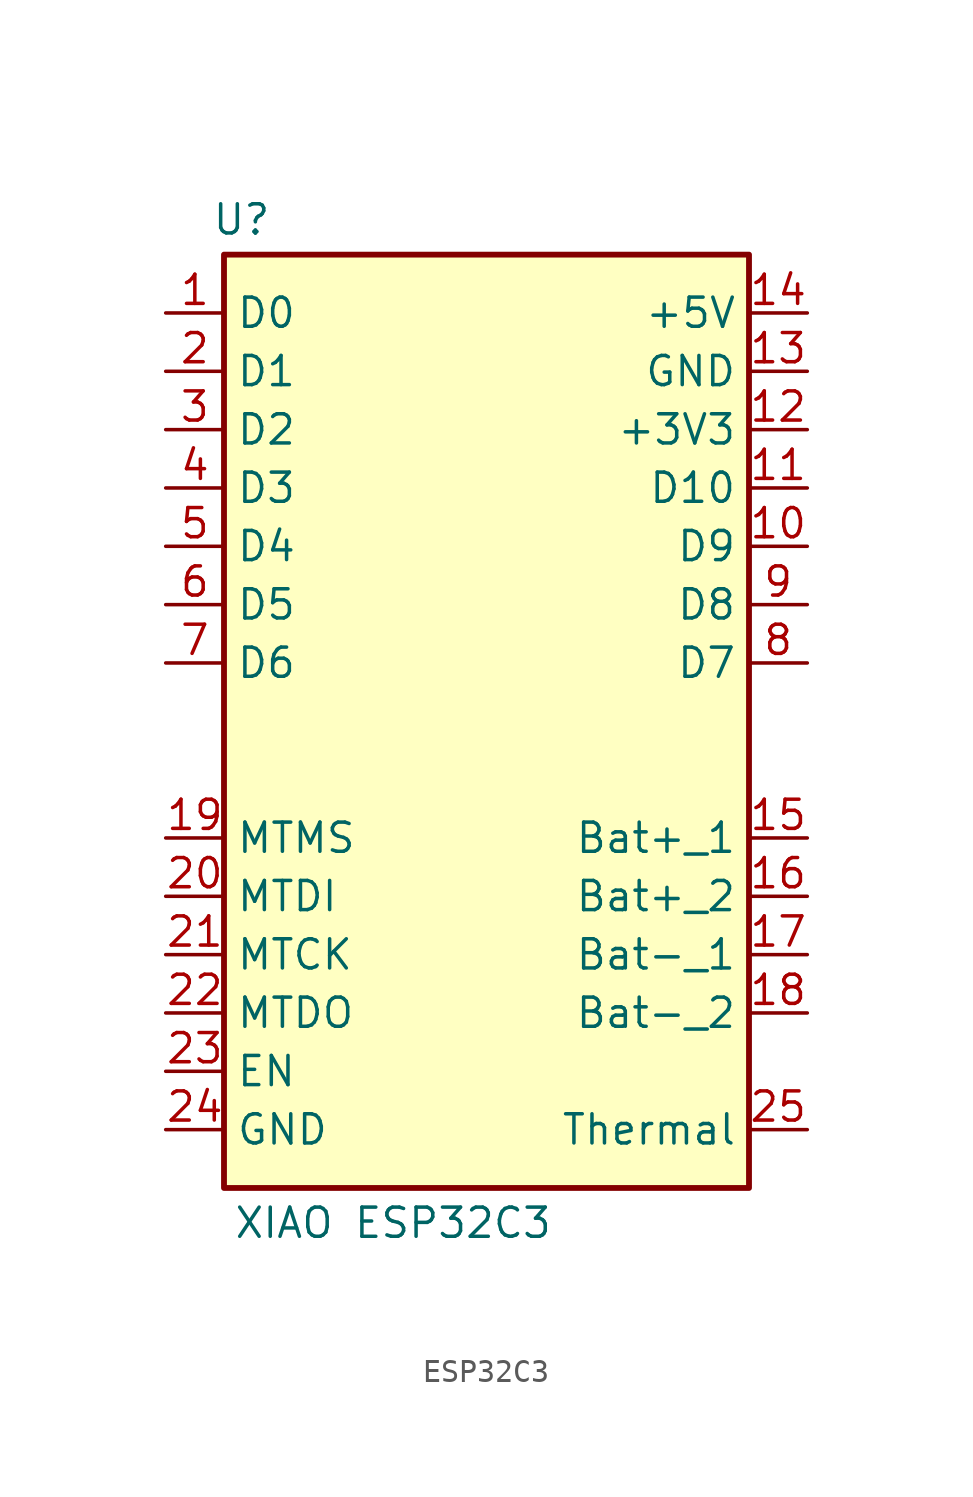
<source format=kicad_sym>
(kicad_symbol_lib
  (version 20241209)
  (generator "kicad_symbol_editor")
  (generator_version "9.0")
  (symbol "ESP32C3"
    (property "Reference" "U"
      (at 0.762 1.524 0)
      (effects (font (size 1.27 1.27))))
    (property "Value" "XIAO ESP32C3"
      (at 7.366 -42.164 0)
      (effects (font (size 1.27 1.27))))
    (symbol "ESP32C3_0_1"
      (rectangle (start 0 0) (end 22.86 -40.64) (stroke (width 0.254) (type default)) (fill (type background))))
    (symbol "ESP32C3_1_1"
      (pin bidirectional line (at -2.54 -2.54 0) (length 2.54) (name "D0" (effects (font (size 1.27 1.27)))) (number "1" (effects (font (size 1.27 1.27)))))
      (pin bidirectional line (at -2.54 -5.08 0) (length 2.54) (name "D1" (effects (font (size 1.27 1.27)))) (number "2" (effects (font (size 1.27 1.27)))))
      (pin bidirectional line (at -2.54 -7.62 0) (length 2.54) (name "D2" (effects (font (size 1.27 1.27)))) (number "3" (effects (font (size 1.27 1.27)))))
      (pin bidirectional line (at -2.54 -10.16 0) (length 2.54) (name "D3" (effects (font (size 1.27 1.27)))) (number "4" (effects (font (size 1.27 1.27)))))
      (pin bidirectional line (at -2.54 -12.7 0) (length 2.54) (name "D4" (effects (font (size 1.27 1.27)))) (number "5" (effects (font (size 1.27 1.27)))))
      (pin bidirectional line (at -2.54 -15.24 0) (length 2.54) (name "D5" (effects (font (size 1.27 1.27)))) (number "6" (effects (font (size 1.27 1.27)))))
      (pin bidirectional line (at -2.54 -17.78 0) (length 2.54) (name "D6" (effects (font (size 1.27 1.27)))) (number "7" (effects (font (size 1.27 1.27)))))
      (pin bidirectional line (at -2.54 -25.4 0) (length 2.54) (name "MTMS" (effects (font (size 1.27 1.27)))) (number "19" (effects (font (size 1.27 1.27)))))
      (pin bidirectional line (at -2.54 -27.94 0) (length 2.54) (name "MTDI" (effects (font (size 1.27 1.27)))) (number "20" (effects (font (size 1.27 1.27)))))
      (pin bidirectional line (at -2.54 -30.48 0) (length 2.54) (name "MTCK" (effects (font (size 1.27 1.27)))) (number "21" (effects (font (size 1.27 1.27)))))
      (pin bidirectional line (at -2.54 -33.02 0) (length 2.54) (name "MTDO" (effects (font (size 1.27 1.27)))) (number "22" (effects (font (size 1.27 1.27)))))
      (pin bidirectional line (at -2.54 -35.56 0) (length 2.54) (name "EN" (effects (font (size 1.27 1.27)))) (number "23" (effects (font (size 1.27 1.27)))))
      (pin power_in line (at -2.54 -38.1 0) (length 2.54) (name "GND" (effects (font (size 1.27 1.27)))) (number "24" (effects (font (size 1.27 1.27)))))
      (pin power_in line (at 25.4 -2.54 180) (length 2.54) (name "+5V" (effects (font (size 1.27 1.27)))) (number "14" (effects (font (size 1.27 1.27)))))
      (pin power_in line (at 25.4 -5.08 180) (length 2.54) (name "GND" (effects (font (size 1.27 1.27)))) (number "13" (effects (font (size 1.27 1.27)))))
      (pin power_in line (at 25.4 -7.62 180) (length 2.54) (name "+3V3" (effects (font (size 1.27 1.27)))) (number "12" (effects (font (size 1.27 1.27)))))
      (pin bidirectional line (at 25.4 -10.16 180) (length 2.54) (name "D10" (effects (font (size 1.27 1.27)))) (number "11" (effects (font (size 1.27 1.27)))))
      (pin bidirectional line (at 25.4 -12.7 180) (length 2.54) (name "D9" (effects (font (size 1.27 1.27)))) (number "10" (effects (font (size 1.27 1.27)))))
      (pin bidirectional line (at 25.4 -15.24 180) (length 2.54) (name "D8" (effects (font (size 1.27 1.27)))) (number "9" (effects (font (size 1.27 1.27)))))
      (pin bidirectional line (at 25.4 -17.78 180) (length 2.54) (name "D7" (effects (font (size 1.27 1.27)))) (number "8" (effects (font (size 1.27 1.27)))))
      (pin bidirectional line (at 25.4 -25.4 180) (length 2.54) (name "Bat+_1" (effects (font (size 1.27 1.27)))) (number "15" (effects (font (size 1.27 1.27)))))
      (pin bidirectional line (at 25.4 -27.94 180) (length 2.54) (name "Bat+_2" (effects (font (size 1.27 1.27)))) (number "16" (effects (font (size 1.27 1.27)))))
      (pin bidirectional line (at 25.4 -30.48 180) (length 2.54) (name "Bat-_1" (effects (font (size 1.27 1.27)))) (number "17" (effects (font (size 1.27 1.27)))))
      (pin bidirectional line (at 25.4 -33.02 180) (length 2.54) (name "Bat-_2" (effects (font (size 1.27 1.27)))) (number "18" (effects (font (size 1.27 1.27)))))
      (pin bidirectional line (at 25.4 -38.1 180) (length 2.54) (name "Thermal" (effects (font (size 1.27 1.27)))) (number "25" (effects (font (size 1.27 1.27))))))))
</source>
